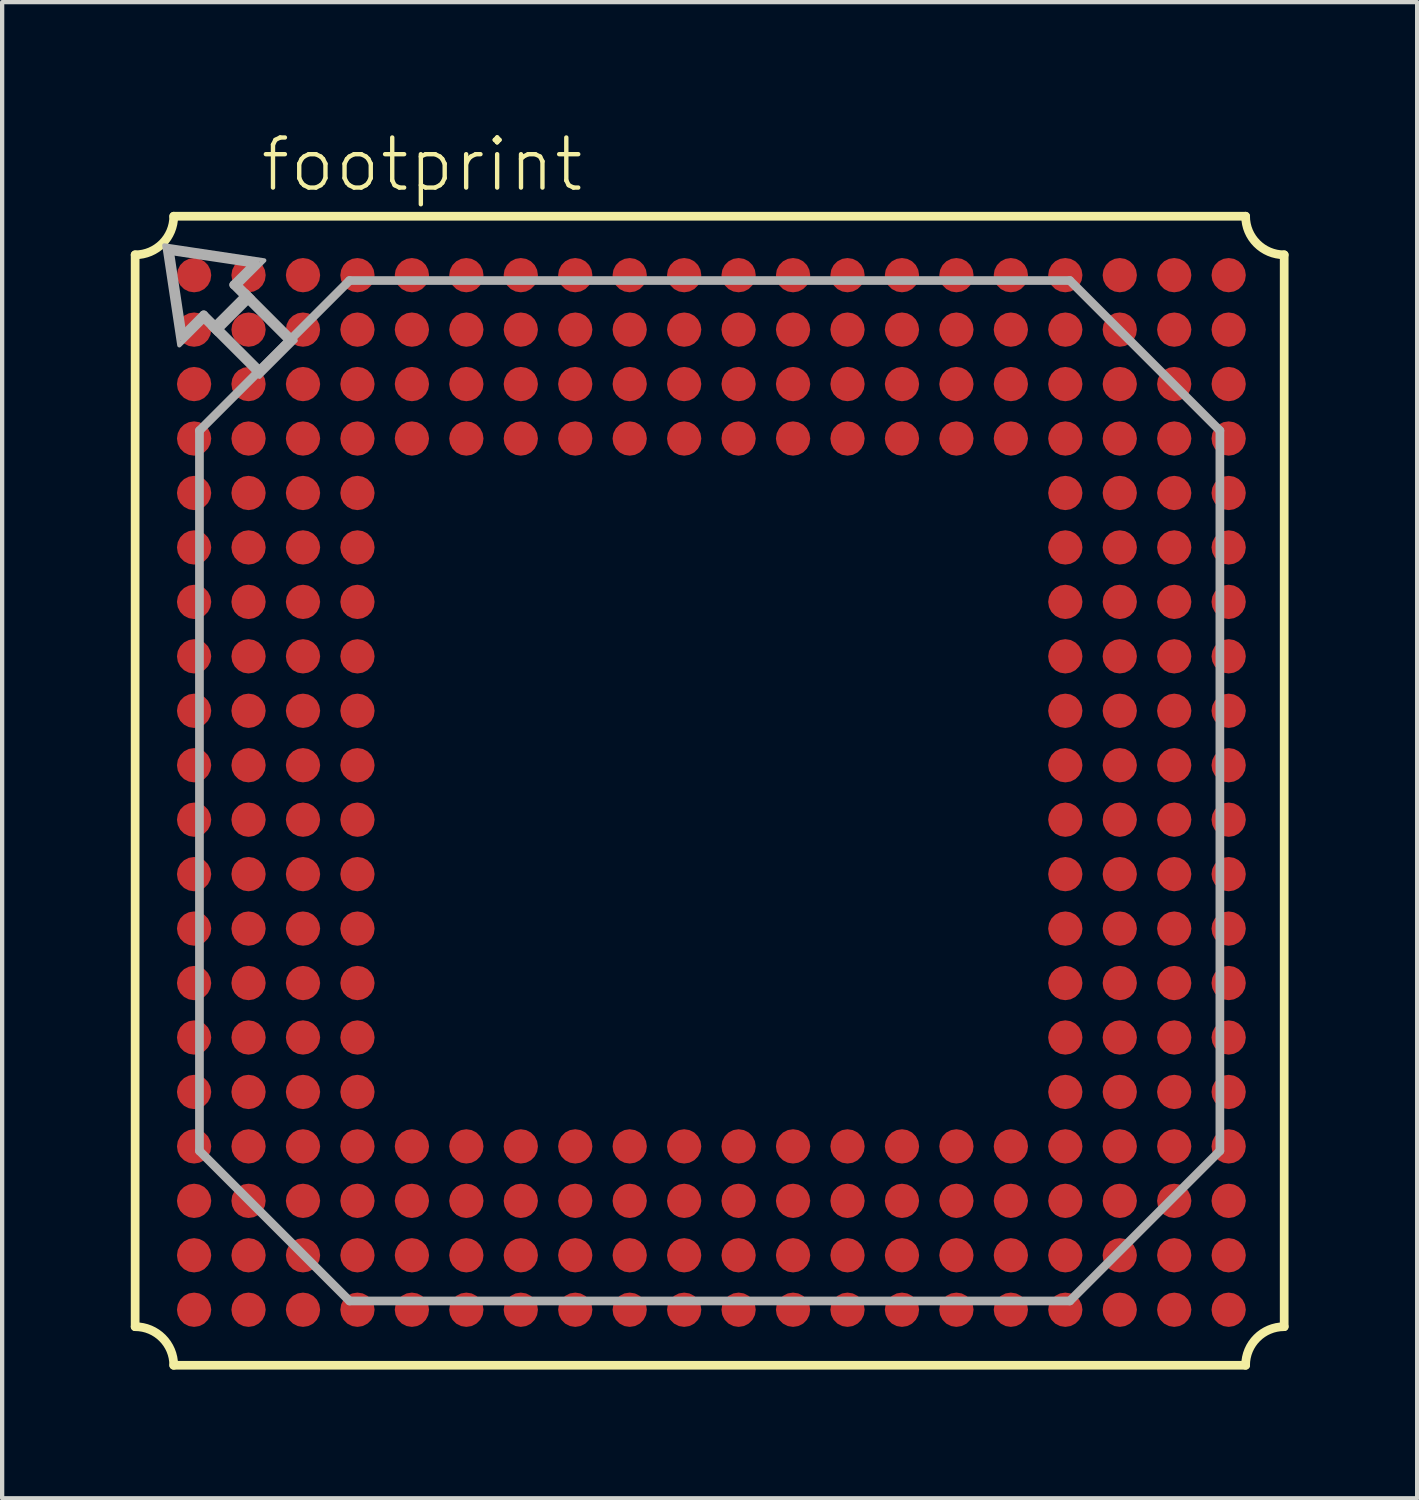
<source format=kicad_pcb>
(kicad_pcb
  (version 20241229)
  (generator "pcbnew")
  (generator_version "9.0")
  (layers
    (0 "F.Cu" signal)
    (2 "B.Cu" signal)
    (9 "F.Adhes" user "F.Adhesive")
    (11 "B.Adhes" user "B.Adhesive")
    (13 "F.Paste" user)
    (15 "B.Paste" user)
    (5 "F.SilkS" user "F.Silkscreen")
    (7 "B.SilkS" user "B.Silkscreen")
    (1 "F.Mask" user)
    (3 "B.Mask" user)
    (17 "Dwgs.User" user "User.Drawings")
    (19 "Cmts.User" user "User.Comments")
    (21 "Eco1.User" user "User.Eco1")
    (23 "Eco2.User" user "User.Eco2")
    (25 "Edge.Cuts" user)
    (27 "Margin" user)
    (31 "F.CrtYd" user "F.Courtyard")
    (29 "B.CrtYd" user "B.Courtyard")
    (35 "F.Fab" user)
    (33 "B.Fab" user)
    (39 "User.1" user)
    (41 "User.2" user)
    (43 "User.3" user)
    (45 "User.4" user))
  (footprint "footprint"
    (layer "F.Cu")
    (at 13.502 15.393)
    (property "Reference" "footprint" (at -10.53 -13.92 0) (layer "F.SilkS") (effects (font (size 1.168 1.168) (thickness 0.102)) (justify left bottom)))
    (fp_line (start -13.4 12.5) (end -13.4 -12.5) (stroke (width 0.203) (type solid)) (layer "F.SilkS"))
    (fp_line (start -12.5 -13.4) (end 12.5 -13.4) (stroke (width 0.203) (type solid)) (layer "F.SilkS"))
    (fp_line (start 12.5 13.4) (end -12.5 13.4) (stroke (width 0.203) (type solid)) (layer "F.SilkS"))
    (fp_line (start 13.4 -12.5) (end 13.4 12.5) (stroke (width 0.203) (type solid)) (layer "F.SilkS"))
    (fp_arc (start -13.4 12.5) (mid -12.763675 12.763575) (end -12.5001 13.3999) (stroke (width 0.2032) (type solid)) (layer "F.SilkS"))
    (fp_arc (start -12.5001 -13.3999) (mid -12.763675 -12.763575) (end -13.4 -12.5) (stroke (width 0.2032) (type solid)) (layer "F.SilkS"))
    (fp_arc (start 12.5 13.4) (mid 12.763575 12.763675) (end 13.3999 12.5001) (stroke (width 0.2032) (type solid)) (layer "F.SilkS"))
    (fp_arc (start 13.3999 -12.5001) (mid 12.763575 -12.763675) (end 12.5 -13.4) (stroke (width 0.2032) (type solid)) (layer "F.SilkS"))
    (fp_line (start -12.6 -12.6) (end -12.3 -10.6) (stroke (width 0.203) (type solid)) (layer "F.Fab"))
    (fp_line (start -12.3 -10.6) (end -11.8 -11.1) (stroke (width 0.203) (type solid)) (layer "F.Fab"))
    (fp_line (start -11.9 -8.4) (end -10.5 -9.8) (stroke (width 0.203) (type solid)) (layer "F.Fab"))
    (fp_line (start -11.9 8.4) (end -11.9 -8.4) (stroke (width 0.203) (type solid)) (layer "F.Fab"))
    (fp_line (start -11.8 -11.1) (end -11.5 -10.8) (stroke (width 0.203) (type solid)) (layer "F.Fab"))
    (fp_line (start -11.5 -10.8) (end -10.5 -9.8) (stroke (width 0.203) (type solid)) (layer "F.Fab"))
    (fp_line (start -11.1 -11.8) (end -10.6 -12.3) (stroke (width 0.203) (type solid)) (layer "F.Fab"))
    (fp_line (start -10.8 -11.5) (end -11.5 -10.8) (stroke (width 0.203) (type solid)) (layer "F.Fab"))
    (fp_line (start -10.8 -11.5) (end -11.1 -11.8) (stroke (width 0.203) (type solid)) (layer "F.Fab"))
    (fp_line (start -10.6 -12.3) (end -12.6 -12.6) (stroke (width 0.203) (type solid)) (layer "F.Fab"))
    (fp_line (start -10.5 -9.8) (end -9.8 -10.5) (stroke (width 0.203) (type solid)) (layer "F.Fab"))
    (fp_line (start -10.5 -9.8) (end -9.8 -10.5) (stroke (width 0.203) (type solid)) (layer "F.Fab"))
    (fp_line (start -9.8 -10.5) (end -10.8 -11.5) (stroke (width 0.203) (type solid)) (layer "F.Fab"))
    (fp_line (start -9.8 -10.5) (end -8.4 -11.9) (stroke (width 0.203) (type solid)) (layer "F.Fab"))
    (fp_line (start -8.4 -11.9) (end 8.4 -11.9) (stroke (width 0.203) (type solid)) (layer "F.Fab"))
    (fp_line (start -8.4 11.9) (end -11.9 8.4) (stroke (width 0.203) (type solid)) (layer "F.Fab"))
    (fp_line (start 8.4 -11.9) (end 11.9 -8.4) (stroke (width 0.203) (type solid)) (layer "F.Fab"))
    (fp_line (start 8.4 11.9) (end -8.4 11.9) (stroke (width 0.203) (type solid)) (layer "F.Fab"))
    (fp_line (start 11.9 -8.4) (end 11.9 8.4) (stroke (width 0.203) (type solid)) (layer "F.Fab"))
    (fp_line (start 11.9 8.4) (end 8.4 11.9) (stroke (width 0.203) (type solid)) (layer "F.Fab"))
    (fp_poly (pts (xy -9.656 -10.5) (xy -10.5 -9.656) (xy -11.644 -10.8) (xy -10.8 -11.644)) (stroke (width 0.1) (type solid)) (fill no) (layer "F.Fab"))
    (fp_poly (pts (xy -10.389 -12.369) (xy -10.959 -11.8) (xy -10.659 -11.5) (xy -11.5 -10.659) (xy -11.8 -10.959) (xy -12.369 -10.389) (xy -12.719 -12.719)) (stroke (width 0.1) (type solid)) (fill no) (layer "F.Fab"))
    (pad "A1" smd roundrect (at -12.025 -12.025) (size 0.8 0.8) (layers "F.Cu" "F.Mask" "F.Paste") (roundrect_rratio 0.5))
    (pad "A2" smd roundrect (at -10.755 -12.025) (size 0.8 0.8) (layers "F.Cu" "F.Mask" "F.Paste") (roundrect_rratio 0.5))
    (pad "A3" smd roundrect (at -9.485 -12.025) (size 0.8 0.8) (layers "F.Cu" "F.Mask" "F.Paste") (roundrect_rratio 0.5))
    (pad "A4" smd roundrect (at -8.215 -12.025) (size 0.8 0.8) (layers "F.Cu" "F.Mask" "F.Paste") (roundrect_rratio 0.5))
    (pad "A5" smd roundrect (at -6.945 -12.025) (size 0.8 0.8) (layers "F.Cu" "F.Mask" "F.Paste") (roundrect_rratio 0.5))
    (pad "A6" smd roundrect (at -5.675 -12.025) (size 0.8 0.8) (layers "F.Cu" "F.Mask" "F.Paste") (roundrect_rratio 0.5))
    (pad "A7" smd roundrect (at -4.405 -12.025) (size 0.8 0.8) (layers "F.Cu" "F.Mask" "F.Paste") (roundrect_rratio 0.5))
    (pad "A8" smd roundrect (at -3.135 -12.025) (size 0.8 0.8) (layers "F.Cu" "F.Mask" "F.Paste") (roundrect_rratio 0.5))
    (pad "A9" smd roundrect (at -1.865 -12.025) (size 0.8 0.8) (layers "F.Cu" "F.Mask" "F.Paste") (roundrect_rratio 0.5))
    (pad "A10" smd roundrect (at -0.595 -12.025) (size 0.8 0.8) (layers "F.Cu" "F.Mask" "F.Paste") (roundrect_rratio 0.5))
    (pad "A11" smd roundrect (at 0.675 -12.025) (size 0.8 0.8) (layers "F.Cu" "F.Mask" "F.Paste") (roundrect_rratio 0.5))
    (pad "A12" smd roundrect (at 1.945 -12.025) (size 0.8 0.8) (layers "F.Cu" "F.Mask" "F.Paste") (roundrect_rratio 0.5))
    (pad "A13" smd roundrect (at 3.215 -12.025) (size 0.8 0.8) (layers "F.Cu" "F.Mask" "F.Paste") (roundrect_rratio 0.5))
    (pad "A14" smd roundrect (at 4.485 -12.025) (size 0.8 0.8) (layers "F.Cu" "F.Mask" "F.Paste") (roundrect_rratio 0.5))
    (pad "A15" smd roundrect (at 5.755 -12.025) (size 0.8 0.8) (layers "F.Cu" "F.Mask" "F.Paste") (roundrect_rratio 0.5))
    (pad "A16" smd roundrect (at 7.025 -12.025) (size 0.8 0.8) (layers "F.Cu" "F.Mask" "F.Paste") (roundrect_rratio 0.5))
    (pad "A17" smd roundrect (at 8.295 -12.025) (size 0.8 0.8) (layers "F.Cu" "F.Mask" "F.Paste") (roundrect_rratio 0.5))
    (pad "A18" smd roundrect (at 9.565 -12.025) (size 0.8 0.8) (layers "F.Cu" "F.Mask" "F.Paste") (roundrect_rratio 0.5))
    (pad "A19" smd roundrect (at 10.835 -12.025) (size 0.8 0.8) (layers "F.Cu" "F.Mask" "F.Paste") (roundrect_rratio 0.5))
    (pad "A20" smd roundrect (at 12.105 -12.025) (size 0.8 0.8) (layers "F.Cu" "F.Mask" "F.Paste") (roundrect_rratio 0.5))
    (pad "B1" smd roundrect (at -12.025 -10.755) (size 0.8 0.8) (layers "F.Cu" "F.Mask" "F.Paste") (roundrect_rratio 0.5))
    (pad "B2" smd roundrect (at -10.755 -10.755) (size 0.8 0.8) (layers "F.Cu" "F.Mask" "F.Paste") (roundrect_rratio 0.5))
    (pad "B3" smd roundrect (at -9.485 -10.755) (size 0.8 0.8) (layers "F.Cu" "F.Mask" "F.Paste") (roundrect_rratio 0.5))
    (pad "B4" smd roundrect (at -8.215 -10.755) (size 0.8 0.8) (layers "F.Cu" "F.Mask" "F.Paste") (roundrect_rratio 0.5))
    (pad "B5" smd roundrect (at -6.945 -10.755) (size 0.8 0.8) (layers "F.Cu" "F.Mask" "F.Paste") (roundrect_rratio 0.5))
    (pad "B6" smd roundrect (at -5.675 -10.755) (size 0.8 0.8) (layers "F.Cu" "F.Mask" "F.Paste") (roundrect_rratio 0.5))
    (pad "B7" smd roundrect (at -4.405 -10.755) (size 0.8 0.8) (layers "F.Cu" "F.Mask" "F.Paste") (roundrect_rratio 0.5))
    (pad "B8" smd roundrect (at -3.135 -10.755) (size 0.8 0.8) (layers "F.Cu" "F.Mask" "F.Paste") (roundrect_rratio 0.5))
    (pad "B9" smd roundrect (at -1.865 -10.755) (size 0.8 0.8) (layers "F.Cu" "F.Mask" "F.Paste") (roundrect_rratio 0.5))
    (pad "B10" smd roundrect (at -0.595 -10.755) (size 0.8 0.8) (layers "F.Cu" "F.Mask" "F.Paste") (roundrect_rratio 0.5))
    (pad "B11" smd roundrect (at 0.675 -10.755) (size 0.8 0.8) (layers "F.Cu" "F.Mask" "F.Paste") (roundrect_rratio 0.5))
    (pad "B12" smd roundrect (at 1.945 -10.755) (size 0.8 0.8) (layers "F.Cu" "F.Mask" "F.Paste") (roundrect_rratio 0.5))
    (pad "B13" smd roundrect (at 3.215 -10.755) (size 0.8 0.8) (layers "F.Cu" "F.Mask" "F.Paste") (roundrect_rratio 0.5))
    (pad "B14" smd roundrect (at 4.485 -10.755) (size 0.8 0.8) (layers "F.Cu" "F.Mask" "F.Paste") (roundrect_rratio 0.5))
    (pad "B15" smd roundrect (at 5.755 -10.755) (size 0.8 0.8) (layers "F.Cu" "F.Mask" "F.Paste") (roundrect_rratio 0.5))
    (pad "B16" smd roundrect (at 7.025 -10.755) (size 0.8 0.8) (layers "F.Cu" "F.Mask" "F.Paste") (roundrect_rratio 0.5))
    (pad "B17" smd roundrect (at 8.295 -10.755) (size 0.8 0.8) (layers "F.Cu" "F.Mask" "F.Paste") (roundrect_rratio 0.5))
    (pad "B18" smd roundrect (at 9.565 -10.755) (size 0.8 0.8) (layers "F.Cu" "F.Mask" "F.Paste") (roundrect_rratio 0.5))
    (pad "B19" smd roundrect (at 10.835 -10.755) (size 0.8 0.8) (layers "F.Cu" "F.Mask" "F.Paste") (roundrect_rratio 0.5))
    (pad "B20" smd roundrect (at 12.105 -10.755) (size 0.8 0.8) (layers "F.Cu" "F.Mask" "F.Paste") (roundrect_rratio 0.5))
    (pad "C1" smd roundrect (at -12.025 -9.485) (size 0.8 0.8) (layers "F.Cu" "F.Mask" "F.Paste") (roundrect_rratio 0.5))
    (pad "C2" smd roundrect (at -10.755 -9.485) (size 0.8 0.8) (layers "F.Cu" "F.Mask" "F.Paste") (roundrect_rratio 0.5))
    (pad "C3" smd roundrect (at -9.485 -9.485) (size 0.8 0.8) (layers "F.Cu" "F.Mask" "F.Paste") (roundrect_rratio 0.5))
    (pad "C4" smd roundrect (at -8.215 -9.485) (size 0.8 0.8) (layers "F.Cu" "F.Mask" "F.Paste") (roundrect_rratio 0.5))
    (pad "C5" smd roundrect (at -6.945 -9.485) (size 0.8 0.8) (layers "F.Cu" "F.Mask" "F.Paste") (roundrect_rratio 0.5))
    (pad "C6" smd roundrect (at -5.675 -9.485) (size 0.8 0.8) (layers "F.Cu" "F.Mask" "F.Paste") (roundrect_rratio 0.5))
    (pad "C7" smd roundrect (at -4.405 -9.485) (size 0.8 0.8) (layers "F.Cu" "F.Mask" "F.Paste") (roundrect_rratio 0.5))
    (pad "C8" smd roundrect (at -3.135 -9.485) (size 0.8 0.8) (layers "F.Cu" "F.Mask" "F.Paste") (roundrect_rratio 0.5))
    (pad "C9" smd roundrect (at -1.865 -9.485) (size 0.8 0.8) (layers "F.Cu" "F.Mask" "F.Paste") (roundrect_rratio 0.5))
    (pad "C10" smd roundrect (at -0.595 -9.485) (size 0.8 0.8) (layers "F.Cu" "F.Mask" "F.Paste") (roundrect_rratio 0.5))
    (pad "C11" smd roundrect (at 0.675 -9.485) (size 0.8 0.8) (layers "F.Cu" "F.Mask" "F.Paste") (roundrect_rratio 0.5))
    (pad "C12" smd roundrect (at 1.945 -9.485) (size 0.8 0.8) (layers "F.Cu" "F.Mask" "F.Paste") (roundrect_rratio 0.5))
    (pad "C13" smd roundrect (at 3.215 -9.485) (size 0.8 0.8) (layers "F.Cu" "F.Mask" "F.Paste") (roundrect_rratio 0.5))
    (pad "C14" smd roundrect (at 4.485 -9.485) (size 0.8 0.8) (layers "F.Cu" "F.Mask" "F.Paste") (roundrect_rratio 0.5))
    (pad "C15" smd roundrect (at 5.755 -9.485) (size 0.8 0.8) (layers "F.Cu" "F.Mask" "F.Paste") (roundrect_rratio 0.5))
    (pad "C16" smd roundrect (at 7.025 -9.485) (size 0.8 0.8) (layers "F.Cu" "F.Mask" "F.Paste") (roundrect_rratio 0.5))
    (pad "C17" smd roundrect (at 8.295 -9.485) (size 0.8 0.8) (layers "F.Cu" "F.Mask" "F.Paste") (roundrect_rratio 0.5))
    (pad "C18" smd roundrect (at 9.565 -9.485) (size 0.8 0.8) (layers "F.Cu" "F.Mask" "F.Paste") (roundrect_rratio 0.5))
    (pad "C19" smd roundrect (at 10.835 -9.485) (size 0.8 0.8) (layers "F.Cu" "F.Mask" "F.Paste") (roundrect_rratio 0.5))
    (pad "C20" smd roundrect (at 12.105 -9.485) (size 0.8 0.8) (layers "F.Cu" "F.Mask" "F.Paste") (roundrect_rratio 0.5))
    (pad "D1" smd roundrect (at -12.025 -8.215) (size 0.8 0.8) (layers "F.Cu" "F.Mask" "F.Paste") (roundrect_rratio 0.5))
    (pad "D2" smd roundrect (at -10.755 -8.215) (size 0.8 0.8) (layers "F.Cu" "F.Mask" "F.Paste") (roundrect_rratio 0.5))
    (pad "D3" smd roundrect (at -9.485 -8.215) (size 0.8 0.8) (layers "F.Cu" "F.Mask" "F.Paste") (roundrect_rratio 0.5))
    (pad "D4" smd roundrect (at -8.215 -8.215) (size 0.8 0.8) (layers "F.Cu" "F.Mask" "F.Paste") (roundrect_rratio 0.5))
    (pad "D5" smd roundrect (at -6.945 -8.215) (size 0.8 0.8) (layers "F.Cu" "F.Mask" "F.Paste") (roundrect_rratio 0.5))
    (pad "D6" smd roundrect (at -5.675 -8.215) (size 0.8 0.8) (layers "F.Cu" "F.Mask" "F.Paste") (roundrect_rratio 0.5))
    (pad "D7" smd roundrect (at -4.405 -8.215) (size 0.8 0.8) (layers "F.Cu" "F.Mask" "F.Paste") (roundrect_rratio 0.5))
    (pad "D8" smd roundrect (at -3.135 -8.215) (size 0.8 0.8) (layers "F.Cu" "F.Mask" "F.Paste") (roundrect_rratio 0.5))
    (pad "D9" smd roundrect (at -1.865 -8.215) (size 0.8 0.8) (layers "F.Cu" "F.Mask" "F.Paste") (roundrect_rratio 0.5))
    (pad "D10" smd roundrect (at -0.595 -8.215) (size 0.8 0.8) (layers "F.Cu" "F.Mask" "F.Paste") (roundrect_rratio 0.5))
    (pad "D11" smd roundrect (at 0.675 -8.215) (size 0.8 0.8) (layers "F.Cu" "F.Mask" "F.Paste") (roundrect_rratio 0.5))
    (pad "D12" smd roundrect (at 1.945 -8.215) (size 0.8 0.8) (layers "F.Cu" "F.Mask" "F.Paste") (roundrect_rratio 0.5))
    (pad "D13" smd roundrect (at 3.215 -8.215) (size 0.8 0.8) (layers "F.Cu" "F.Mask" "F.Paste") (roundrect_rratio 0.5))
    (pad "D14" smd roundrect (at 4.485 -8.215) (size 0.8 0.8) (layers "F.Cu" "F.Mask" "F.Paste") (roundrect_rratio 0.5))
    (pad "D15" smd roundrect (at 5.755 -8.215) (size 0.8 0.8) (layers "F.Cu" "F.Mask" "F.Paste") (roundrect_rratio 0.5))
    (pad "D16" smd roundrect (at 7.025 -8.215) (size 0.8 0.8) (layers "F.Cu" "F.Mask" "F.Paste") (roundrect_rratio 0.5))
    (pad "D17" smd roundrect (at 8.295 -8.215) (size 0.8 0.8) (layers "F.Cu" "F.Mask" "F.Paste") (roundrect_rratio 0.5))
    (pad "D18" smd roundrect (at 9.565 -8.215) (size 0.8 0.8) (layers "F.Cu" "F.Mask" "F.Paste") (roundrect_rratio 0.5))
    (pad "D19" smd roundrect (at 10.835 -8.215) (size 0.8 0.8) (layers "F.Cu" "F.Mask" "F.Paste") (roundrect_rratio 0.5))
    (pad "D20" smd roundrect (at 12.105 -8.215) (size 0.8 0.8) (layers "F.Cu" "F.Mask" "F.Paste") (roundrect_rratio 0.5))
    (pad "E1" smd roundrect (at -12.025 -6.945) (size 0.8 0.8) (layers "F.Cu" "F.Mask" "F.Paste") (roundrect_rratio 0.5))
    (pad "E2" smd roundrect (at -10.755 -6.945) (size 0.8 0.8) (layers "F.Cu" "F.Mask" "F.Paste") (roundrect_rratio 0.5))
    (pad "E3" smd roundrect (at -9.485 -6.945) (size 0.8 0.8) (layers "F.Cu" "F.Mask" "F.Paste") (roundrect_rratio 0.5))
    (pad "E4" smd roundrect (at -8.215 -6.945) (size 0.8 0.8) (layers "F.Cu" "F.Mask" "F.Paste") (roundrect_rratio 0.5))
    (pad "E17" smd roundrect (at 8.295 -6.945) (size 0.8 0.8) (layers "F.Cu" "F.Mask" "F.Paste") (roundrect_rratio 0.5))
    (pad "E18" smd roundrect (at 9.565 -6.945) (size 0.8 0.8) (layers "F.Cu" "F.Mask" "F.Paste") (roundrect_rratio 0.5))
    (pad "E19" smd roundrect (at 10.835 -6.945) (size 0.8 0.8) (layers "F.Cu" "F.Mask" "F.Paste") (roundrect_rratio 0.5))
    (pad "E20" smd roundrect (at 12.105 -6.945) (size 0.8 0.8) (layers "F.Cu" "F.Mask" "F.Paste") (roundrect_rratio 0.5))
    (pad "F1" smd roundrect (at -12.025 -5.675) (size 0.8 0.8) (layers "F.Cu" "F.Mask" "F.Paste") (roundrect_rratio 0.5))
    (pad "F2" smd roundrect (at -10.755 -5.675) (size 0.8 0.8) (layers "F.Cu" "F.Mask" "F.Paste") (roundrect_rratio 0.5))
    (pad "F3" smd roundrect (at -9.485 -5.675) (size 0.8 0.8) (layers "F.Cu" "F.Mask" "F.Paste") (roundrect_rratio 0.5))
    (pad "F4" smd roundrect (at -8.215 -5.675) (size 0.8 0.8) (layers "F.Cu" "F.Mask" "F.Paste") (roundrect_rratio 0.5))
    (pad "F17" smd roundrect (at 8.295 -5.675) (size 0.8 0.8) (layers "F.Cu" "F.Mask" "F.Paste") (roundrect_rratio 0.5))
    (pad "F18" smd roundrect (at 9.565 -5.675) (size 0.8 0.8) (layers "F.Cu" "F.Mask" "F.Paste") (roundrect_rratio 0.5))
    (pad "F19" smd roundrect (at 10.835 -5.675) (size 0.8 0.8) (layers "F.Cu" "F.Mask" "F.Paste") (roundrect_rratio 0.5))
    (pad "F20" smd roundrect (at 12.105 -5.675) (size 0.8 0.8) (layers "F.Cu" "F.Mask" "F.Paste") (roundrect_rratio 0.5))
    (pad "G1" smd roundrect (at -12.025 -4.405) (size 0.8 0.8) (layers "F.Cu" "F.Mask" "F.Paste") (roundrect_rratio 0.5))
    (pad "G2" smd roundrect (at -10.755 -4.405) (size 0.8 0.8) (layers "F.Cu" "F.Mask" "F.Paste") (roundrect_rratio 0.5))
    (pad "G3" smd roundrect (at -9.485 -4.405) (size 0.8 0.8) (layers "F.Cu" "F.Mask" "F.Paste") (roundrect_rratio 0.5))
    (pad "G4" smd roundrect (at -8.215 -4.405) (size 0.8 0.8) (layers "F.Cu" "F.Mask" "F.Paste") (roundrect_rratio 0.5))
    (pad "G17" smd roundrect (at 8.295 -4.405) (size 0.8 0.8) (layers "F.Cu" "F.Mask" "F.Paste") (roundrect_rratio 0.5))
    (pad "G18" smd roundrect (at 9.565 -4.405) (size 0.8 0.8) (layers "F.Cu" "F.Mask" "F.Paste") (roundrect_rratio 0.5))
    (pad "G19" smd roundrect (at 10.835 -4.405) (size 0.8 0.8) (layers "F.Cu" "F.Mask" "F.Paste") (roundrect_rratio 0.5))
    (pad "G20" smd roundrect (at 12.105 -4.405) (size 0.8 0.8) (layers "F.Cu" "F.Mask" "F.Paste") (roundrect_rratio 0.5))
    (pad "H1" smd roundrect (at -12.025 -3.135) (size 0.8 0.8) (layers "F.Cu" "F.Mask" "F.Paste") (roundrect_rratio 0.5))
    (pad "H2" smd roundrect (at -10.755 -3.135) (size 0.8 0.8) (layers "F.Cu" "F.Mask" "F.Paste") (roundrect_rratio 0.5))
    (pad "H3" smd roundrect (at -9.485 -3.135) (size 0.8 0.8) (layers "F.Cu" "F.Mask" "F.Paste") (roundrect_rratio 0.5))
    (pad "H4" smd roundrect (at -8.215 -3.135) (size 0.8 0.8) (layers "F.Cu" "F.Mask" "F.Paste") (roundrect_rratio 0.5))
    (pad "H17" smd roundrect (at 8.295 -3.135) (size 0.8 0.8) (layers "F.Cu" "F.Mask" "F.Paste") (roundrect_rratio 0.5))
    (pad "H18" smd roundrect (at 9.565 -3.135) (size 0.8 0.8) (layers "F.Cu" "F.Mask" "F.Paste") (roundrect_rratio 0.5))
    (pad "H19" smd roundrect (at 10.835 -3.135) (size 0.8 0.8) (layers "F.Cu" "F.Mask" "F.Paste") (roundrect_rratio 0.5))
    (pad "H20" smd roundrect (at 12.105 -3.135) (size 0.8 0.8) (layers "F.Cu" "F.Mask" "F.Paste") (roundrect_rratio 0.5))
    (pad "J1" smd roundrect (at -12.025 -1.865) (size 0.8 0.8) (layers "F.Cu" "F.Mask" "F.Paste") (roundrect_rratio 0.5))
    (pad "J2" smd roundrect (at -10.755 -1.865) (size 0.8 0.8) (layers "F.Cu" "F.Mask" "F.Paste") (roundrect_rratio 0.5))
    (pad "J3" smd roundrect (at -9.485 -1.865) (size 0.8 0.8) (layers "F.Cu" "F.Mask" "F.Paste") (roundrect_rratio 0.5))
    (pad "J4" smd roundrect (at -8.215 -1.865) (size 0.8 0.8) (layers "F.Cu" "F.Mask" "F.Paste") (roundrect_rratio 0.5))
    (pad "J17" smd roundrect (at 8.295 -1.865) (size 0.8 0.8) (layers "F.Cu" "F.Mask" "F.Paste") (roundrect_rratio 0.5))
    (pad "J18" smd roundrect (at 9.565 -1.865) (size 0.8 0.8) (layers "F.Cu" "F.Mask" "F.Paste") (roundrect_rratio 0.5))
    (pad "J19" smd roundrect (at 10.835 -1.865) (size 0.8 0.8) (layers "F.Cu" "F.Mask" "F.Paste") (roundrect_rratio 0.5))
    (pad "J20" smd roundrect (at 12.105 -1.865) (size 0.8 0.8) (layers "F.Cu" "F.Mask" "F.Paste") (roundrect_rratio 0.5))
    (pad "K1" smd roundrect (at -12.025 -0.595) (size 0.8 0.8) (layers "F.Cu" "F.Mask" "F.Paste") (roundrect_rratio 0.5))
    (pad "K2" smd roundrect (at -10.755 -0.595) (size 0.8 0.8) (layers "F.Cu" "F.Mask" "F.Paste") (roundrect_rratio 0.5))
    (pad "K3" smd roundrect (at -9.485 -0.595) (size 0.8 0.8) (layers "F.Cu" "F.Mask" "F.Paste") (roundrect_rratio 0.5))
    (pad "K4" smd roundrect (at -8.215 -0.595) (size 0.8 0.8) (layers "F.Cu" "F.Mask" "F.Paste") (roundrect_rratio 0.5))
    (pad "K17" smd roundrect (at 8.295 -0.595) (size 0.8 0.8) (layers "F.Cu" "F.Mask" "F.Paste") (roundrect_rratio 0.5))
    (pad "K18" smd roundrect (at 9.565 -0.595) (size 0.8 0.8) (layers "F.Cu" "F.Mask" "F.Paste") (roundrect_rratio 0.5))
    (pad "K19" smd roundrect (at 10.835 -0.595) (size 0.8 0.8) (layers "F.Cu" "F.Mask" "F.Paste") (roundrect_rratio 0.5))
    (pad "K20" smd roundrect (at 12.105 -0.595) (size 0.8 0.8) (layers "F.Cu" "F.Mask" "F.Paste") (roundrect_rratio 0.5))
    (pad "L1" smd roundrect (at -12.025 0.675) (size 0.8 0.8) (layers "F.Cu" "F.Mask" "F.Paste") (roundrect_rratio 0.5))
    (pad "L2" smd roundrect (at -10.755 0.675) (size 0.8 0.8) (layers "F.Cu" "F.Mask" "F.Paste") (roundrect_rratio 0.5))
    (pad "L3" smd roundrect (at -9.485 0.675) (size 0.8 0.8) (layers "F.Cu" "F.Mask" "F.Paste") (roundrect_rratio 0.5))
    (pad "L4" smd roundrect (at -8.215 0.675) (size 0.8 0.8) (layers "F.Cu" "F.Mask" "F.Paste") (roundrect_rratio 0.5))
    (pad "L17" smd roundrect (at 8.295 0.675) (size 0.8 0.8) (layers "F.Cu" "F.Mask" "F.Paste") (roundrect_rratio 0.5))
    (pad "L18" smd roundrect (at 9.565 0.675) (size 0.8 0.8) (layers "F.Cu" "F.Mask" "F.Paste") (roundrect_rratio 0.5))
    (pad "L19" smd roundrect (at 10.835 0.675) (size 0.8 0.8) (layers "F.Cu" "F.Mask" "F.Paste") (roundrect_rratio 0.5))
    (pad "L20" smd roundrect (at 12.105 0.675) (size 0.8 0.8) (layers "F.Cu" "F.Mask" "F.Paste") (roundrect_rratio 0.5))
    (pad "M1" smd roundrect (at -12.025 1.945) (size 0.8 0.8) (layers "F.Cu" "F.Mask" "F.Paste") (roundrect_rratio 0.5))
    (pad "M2" smd roundrect (at -10.755 1.945) (size 0.8 0.8) (layers "F.Cu" "F.Mask" "F.Paste") (roundrect_rratio 0.5))
    (pad "M3" smd roundrect (at -9.485 1.945) (size 0.8 0.8) (layers "F.Cu" "F.Mask" "F.Paste") (roundrect_rratio 0.5))
    (pad "M4" smd roundrect (at -8.215 1.945) (size 0.8 0.8) (layers "F.Cu" "F.Mask" "F.Paste") (roundrect_rratio 0.5))
    (pad "M17" smd roundrect (at 8.295 1.945) (size 0.8 0.8) (layers "F.Cu" "F.Mask" "F.Paste") (roundrect_rratio 0.5))
    (pad "M18" smd roundrect (at 9.565 1.945) (size 0.8 0.8) (layers "F.Cu" "F.Mask" "F.Paste") (roundrect_rratio 0.5))
    (pad "M19" smd roundrect (at 10.835 1.945) (size 0.8 0.8) (layers "F.Cu" "F.Mask" "F.Paste") (roundrect_rratio 0.5))
    (pad "M20" smd roundrect (at 12.105 1.945) (size 0.8 0.8) (layers "F.Cu" "F.Mask" "F.Paste") (roundrect_rratio 0.5))
    (pad "N1" smd roundrect (at -12.025 3.215) (size 0.8 0.8) (layers "F.Cu" "F.Mask" "F.Paste") (roundrect_rratio 0.5))
    (pad "N2" smd roundrect (at -10.755 3.215) (size 0.8 0.8) (layers "F.Cu" "F.Mask" "F.Paste") (roundrect_rratio 0.5))
    (pad "N3" smd roundrect (at -9.485 3.215) (size 0.8 0.8) (layers "F.Cu" "F.Mask" "F.Paste") (roundrect_rratio 0.5))
    (pad "N4" smd roundrect (at -8.215 3.215) (size 0.8 0.8) (layers "F.Cu" "F.Mask" "F.Paste") (roundrect_rratio 0.5))
    (pad "N17" smd roundrect (at 8.295 3.215) (size 0.8 0.8) (layers "F.Cu" "F.Mask" "F.Paste") (roundrect_rratio 0.5))
    (pad "N18" smd roundrect (at 9.565 3.215) (size 0.8 0.8) (layers "F.Cu" "F.Mask" "F.Paste") (roundrect_rratio 0.5))
    (pad "N19" smd roundrect (at 10.835 3.215) (size 0.8 0.8) (layers "F.Cu" "F.Mask" "F.Paste") (roundrect_rratio 0.5))
    (pad "N20" smd roundrect (at 12.105 3.215) (size 0.8 0.8) (layers "F.Cu" "F.Mask" "F.Paste") (roundrect_rratio 0.5))
    (pad "P1" smd roundrect (at -12.025 4.485) (size 0.8 0.8) (layers "F.Cu" "F.Mask" "F.Paste") (roundrect_rratio 0.5))
    (pad "P2" smd roundrect (at -10.755 4.485) (size 0.8 0.8) (layers "F.Cu" "F.Mask" "F.Paste") (roundrect_rratio 0.5))
    (pad "P3" smd roundrect (at -9.485 4.485) (size 0.8 0.8) (layers "F.Cu" "F.Mask" "F.Paste") (roundrect_rratio 0.5))
    (pad "P4" smd roundrect (at -8.215 4.485) (size 0.8 0.8) (layers "F.Cu" "F.Mask" "F.Paste") (roundrect_rratio 0.5))
    (pad "P17" smd roundrect (at 8.295 4.485) (size 0.8 0.8) (layers "F.Cu" "F.Mask" "F.Paste") (roundrect_rratio 0.5))
    (pad "P18" smd roundrect (at 9.565 4.485) (size 0.8 0.8) (layers "F.Cu" "F.Mask" "F.Paste") (roundrect_rratio 0.5))
    (pad "P19" smd roundrect (at 10.835 4.485) (size 0.8 0.8) (layers "F.Cu" "F.Mask" "F.Paste") (roundrect_rratio 0.5))
    (pad "P20" smd roundrect (at 12.105 4.485) (size 0.8 0.8) (layers "F.Cu" "F.Mask" "F.Paste") (roundrect_rratio 0.5))
    (pad "R1" smd roundrect (at -12.025 5.755) (size 0.8 0.8) (layers "F.Cu" "F.Mask" "F.Paste") (roundrect_rratio 0.5))
    (pad "R2" smd roundrect (at -10.755 5.755) (size 0.8 0.8) (layers "F.Cu" "F.Mask" "F.Paste") (roundrect_rratio 0.5))
    (pad "R3" smd roundrect (at -9.485 5.755) (size 0.8 0.8) (layers "F.Cu" "F.Mask" "F.Paste") (roundrect_rratio 0.5))
    (pad "R4" smd roundrect (at -8.215 5.755) (size 0.8 0.8) (layers "F.Cu" "F.Mask" "F.Paste") (roundrect_rratio 0.5))
    (pad "R17" smd roundrect (at 8.295 5.755) (size 0.8 0.8) (layers "F.Cu" "F.Mask" "F.Paste") (roundrect_rratio 0.5))
    (pad "R18" smd roundrect (at 9.565 5.755) (size 0.8 0.8) (layers "F.Cu" "F.Mask" "F.Paste") (roundrect_rratio 0.5))
    (pad "R19" smd roundrect (at 10.835 5.755) (size 0.8 0.8) (layers "F.Cu" "F.Mask" "F.Paste") (roundrect_rratio 0.5))
    (pad "R20" smd roundrect (at 12.105 5.755) (size 0.8 0.8) (layers "F.Cu" "F.Mask" "F.Paste") (roundrect_rratio 0.5))
    (pad "T1" smd roundrect (at -12.025 7.025) (size 0.8 0.8) (layers "F.Cu" "F.Mask" "F.Paste") (roundrect_rratio 0.5))
    (pad "T2" smd roundrect (at -10.755 7.025) (size 0.8 0.8) (layers "F.Cu" "F.Mask" "F.Paste") (roundrect_rratio 0.5))
    (pad "T3" smd roundrect (at -9.485 7.025) (size 0.8 0.8) (layers "F.Cu" "F.Mask" "F.Paste") (roundrect_rratio 0.5))
    (pad "T4" smd roundrect (at -8.215 7.025) (size 0.8 0.8) (layers "F.Cu" "F.Mask" "F.Paste") (roundrect_rratio 0.5))
    (pad "T17" smd roundrect (at 8.295 7.025) (size 0.8 0.8) (layers "F.Cu" "F.Mask" "F.Paste") (roundrect_rratio 0.5))
    (pad "T18" smd roundrect (at 9.565 7.025) (size 0.8 0.8) (layers "F.Cu" "F.Mask" "F.Paste") (roundrect_rratio 0.5))
    (pad "T19" smd roundrect (at 10.835 7.025) (size 0.8 0.8) (layers "F.Cu" "F.Mask" "F.Paste") (roundrect_rratio 0.5))
    (pad "T20" smd roundrect (at 12.105 7.025) (size 0.8 0.8) (layers "F.Cu" "F.Mask" "F.Paste") (roundrect_rratio 0.5))
    (pad "U1" smd roundrect (at -12.025 8.295) (size 0.8 0.8) (layers "F.Cu" "F.Mask" "F.Paste") (roundrect_rratio 0.5))
    (pad "U2" smd roundrect (at -10.755 8.295) (size 0.8 0.8) (layers "F.Cu" "F.Mask" "F.Paste") (roundrect_rratio 0.5))
    (pad "U3" smd roundrect (at -9.485 8.295) (size 0.8 0.8) (layers "F.Cu" "F.Mask" "F.Paste") (roundrect_rratio 0.5))
    (pad "U4" smd roundrect (at -8.215 8.295) (size 0.8 0.8) (layers "F.Cu" "F.Mask" "F.Paste") (roundrect_rratio 0.5))
    (pad "U5" smd roundrect (at -6.945 8.295) (size 0.8 0.8) (layers "F.Cu" "F.Mask" "F.Paste") (roundrect_rratio 0.5))
    (pad "U6" smd roundrect (at -5.675 8.295) (size 0.8 0.8) (layers "F.Cu" "F.Mask" "F.Paste") (roundrect_rratio 0.5))
    (pad "U7" smd roundrect (at -4.405 8.295) (size 0.8 0.8) (layers "F.Cu" "F.Mask" "F.Paste") (roundrect_rratio 0.5))
    (pad "U8" smd roundrect (at -3.135 8.295) (size 0.8 0.8) (layers "F.Cu" "F.Mask" "F.Paste") (roundrect_rratio 0.5))
    (pad "U9" smd roundrect (at -1.865 8.295) (size 0.8 0.8) (layers "F.Cu" "F.Mask" "F.Paste") (roundrect_rratio 0.5))
    (pad "U10" smd roundrect (at -0.595 8.295) (size 0.8 0.8) (layers "F.Cu" "F.Mask" "F.Paste") (roundrect_rratio 0.5))
    (pad "U11" smd roundrect (at 0.675 8.295) (size 0.8 0.8) (layers "F.Cu" "F.Mask" "F.Paste") (roundrect_rratio 0.5))
    (pad "U12" smd roundrect (at 1.945 8.295) (size 0.8 0.8) (layers "F.Cu" "F.Mask" "F.Paste") (roundrect_rratio 0.5))
    (pad "U13" smd roundrect (at 3.215 8.295) (size 0.8 0.8) (layers "F.Cu" "F.Mask" "F.Paste") (roundrect_rratio 0.5))
    (pad "U14" smd roundrect (at 4.485 8.295) (size 0.8 0.8) (layers "F.Cu" "F.Mask" "F.Paste") (roundrect_rratio 0.5))
    (pad "U15" smd roundrect (at 5.755 8.295) (size 0.8 0.8) (layers "F.Cu" "F.Mask" "F.Paste") (roundrect_rratio 0.5))
    (pad "U16" smd roundrect (at 7.025 8.295) (size 0.8 0.8) (layers "F.Cu" "F.Mask" "F.Paste") (roundrect_rratio 0.5))
    (pad "U17" smd roundrect (at 8.295 8.295) (size 0.8 0.8) (layers "F.Cu" "F.Mask" "F.Paste") (roundrect_rratio 0.5))
    (pad "U18" smd roundrect (at 9.565 8.295) (size 0.8 0.8) (layers "F.Cu" "F.Mask" "F.Paste") (roundrect_rratio 0.5))
    (pad "U19" smd roundrect (at 10.835 8.295) (size 0.8 0.8) (layers "F.Cu" "F.Mask" "F.Paste") (roundrect_rratio 0.5))
    (pad "U20" smd roundrect (at 12.105 8.295) (size 0.8 0.8) (layers "F.Cu" "F.Mask" "F.Paste") (roundrect_rratio 0.5))
    (pad "V1" smd roundrect (at -12.025 9.565) (size 0.8 0.8) (layers "F.Cu" "F.Mask" "F.Paste") (roundrect_rratio 0.5))
    (pad "V2" smd roundrect (at -10.755 9.565) (size 0.8 0.8) (layers "F.Cu" "F.Mask" "F.Paste") (roundrect_rratio 0.5))
    (pad "V3" smd roundrect (at -9.485 9.565) (size 0.8 0.8) (layers "F.Cu" "F.Mask" "F.Paste") (roundrect_rratio 0.5))
    (pad "V4" smd roundrect (at -8.215 9.565) (size 0.8 0.8) (layers "F.Cu" "F.Mask" "F.Paste") (roundrect_rratio 0.5))
    (pad "V5" smd roundrect (at -6.945 9.565) (size 0.8 0.8) (layers "F.Cu" "F.Mask" "F.Paste") (roundrect_rratio 0.5))
    (pad "V6" smd roundrect (at -5.675 9.565) (size 0.8 0.8) (layers "F.Cu" "F.Mask" "F.Paste") (roundrect_rratio 0.5))
    (pad "V7" smd roundrect (at -4.405 9.565) (size 0.8 0.8) (layers "F.Cu" "F.Mask" "F.Paste") (roundrect_rratio 0.5))
    (pad "V8" smd roundrect (at -3.135 9.565) (size 0.8 0.8) (layers "F.Cu" "F.Mask" "F.Paste") (roundrect_rratio 0.5))
    (pad "V9" smd roundrect (at -1.865 9.565) (size 0.8 0.8) (layers "F.Cu" "F.Mask" "F.Paste") (roundrect_rratio 0.5))
    (pad "V10" smd roundrect (at -0.595 9.565) (size 0.8 0.8) (layers "F.Cu" "F.Mask" "F.Paste") (roundrect_rratio 0.5))
    (pad "V11" smd roundrect (at 0.675 9.565) (size 0.8 0.8) (layers "F.Cu" "F.Mask" "F.Paste") (roundrect_rratio 0.5))
    (pad "V12" smd roundrect (at 1.945 9.565) (size 0.8 0.8) (layers "F.Cu" "F.Mask" "F.Paste") (roundrect_rratio 0.5))
    (pad "V13" smd roundrect (at 3.215 9.565) (size 0.8 0.8) (layers "F.Cu" "F.Mask" "F.Paste") (roundrect_rratio 0.5))
    (pad "V14" smd roundrect (at 4.485 9.565) (size 0.8 0.8) (layers "F.Cu" "F.Mask" "F.Paste") (roundrect_rratio 0.5))
    (pad "V15" smd roundrect (at 5.755 9.565) (size 0.8 0.8) (layers "F.Cu" "F.Mask" "F.Paste") (roundrect_rratio 0.5))
    (pad "V16" smd roundrect (at 7.025 9.565) (size 0.8 0.8) (layers "F.Cu" "F.Mask" "F.Paste") (roundrect_rratio 0.5))
    (pad "V17" smd roundrect (at 8.295 9.565) (size 0.8 0.8) (layers "F.Cu" "F.Mask" "F.Paste") (roundrect_rratio 0.5))
    (pad "V18" smd roundrect (at 9.565 9.565) (size 0.8 0.8) (layers "F.Cu" "F.Mask" "F.Paste") (roundrect_rratio 0.5))
    (pad "V19" smd roundrect (at 10.835 9.565) (size 0.8 0.8) (layers "F.Cu" "F.Mask" "F.Paste") (roundrect_rratio 0.5))
    (pad "V20" smd roundrect (at 12.105 9.565) (size 0.8 0.8) (layers "F.Cu" "F.Mask" "F.Paste") (roundrect_rratio 0.5))
    (pad "W1" smd roundrect (at -12.025 10.835) (size 0.8 0.8) (layers "F.Cu" "F.Mask" "F.Paste") (roundrect_rratio 0.5))
    (pad "W2" smd roundrect (at -10.755 10.835) (size 0.8 0.8) (layers "F.Cu" "F.Mask" "F.Paste") (roundrect_rratio 0.5))
    (pad "W3" smd roundrect (at -9.485 10.835) (size 0.8 0.8) (layers "F.Cu" "F.Mask" "F.Paste") (roundrect_rratio 0.5))
    (pad "W4" smd roundrect (at -8.215 10.835) (size 0.8 0.8) (layers "F.Cu" "F.Mask" "F.Paste") (roundrect_rratio 0.5))
    (pad "W5" smd roundrect (at -6.945 10.835) (size 0.8 0.8) (layers "F.Cu" "F.Mask" "F.Paste") (roundrect_rratio 0.5))
    (pad "W6" smd roundrect (at -5.675 10.835) (size 0.8 0.8) (layers "F.Cu" "F.Mask" "F.Paste") (roundrect_rratio 0.5))
    (pad "W7" smd roundrect (at -4.405 10.835) (size 0.8 0.8) (layers "F.Cu" "F.Mask" "F.Paste") (roundrect_rratio 0.5))
    (pad "W8" smd roundrect (at -3.135 10.835) (size 0.8 0.8) (layers "F.Cu" "F.Mask" "F.Paste") (roundrect_rratio 0.5))
    (pad "W9" smd roundrect (at -1.865 10.835) (size 0.8 0.8) (layers "F.Cu" "F.Mask" "F.Paste") (roundrect_rratio 0.5))
    (pad "W10" smd roundrect (at -0.595 10.835) (size 0.8 0.8) (layers "F.Cu" "F.Mask" "F.Paste") (roundrect_rratio 0.5))
    (pad "W11" smd roundrect (at 0.675 10.835) (size 0.8 0.8) (layers "F.Cu" "F.Mask" "F.Paste") (roundrect_rratio 0.5))
    (pad "W12" smd roundrect (at 1.945 10.835) (size 0.8 0.8) (layers "F.Cu" "F.Mask" "F.Paste") (roundrect_rratio 0.5))
    (pad "W13" smd roundrect (at 3.215 10.835) (size 0.8 0.8) (layers "F.Cu" "F.Mask" "F.Paste") (roundrect_rratio 0.5))
    (pad "W14" smd roundrect (at 4.485 10.835) (size 0.8 0.8) (layers "F.Cu" "F.Mask" "F.Paste") (roundrect_rratio 0.5))
    (pad "W15" smd roundrect (at 5.755 10.835) (size 0.8 0.8) (layers "F.Cu" "F.Mask" "F.Paste") (roundrect_rratio 0.5))
    (pad "W16" smd roundrect (at 7.025 10.835) (size 0.8 0.8) (layers "F.Cu" "F.Mask" "F.Paste") (roundrect_rratio 0.5))
    (pad "W17" smd roundrect (at 8.295 10.835) (size 0.8 0.8) (layers "F.Cu" "F.Mask" "F.Paste") (roundrect_rratio 0.5))
    (pad "W18" smd roundrect (at 9.565 10.835) (size 0.8 0.8) (layers "F.Cu" "F.Mask" "F.Paste") (roundrect_rratio 0.5))
    (pad "W19" smd roundrect (at 10.835 10.835) (size 0.8 0.8) (layers "F.Cu" "F.Mask" "F.Paste") (roundrect_rratio 0.5))
    (pad "W20" smd roundrect (at 12.105 10.835) (size 0.8 0.8) (layers "F.Cu" "F.Mask" "F.Paste") (roundrect_rratio 0.5))
    (pad "Y1" smd roundrect (at -12.025 12.105) (size 0.8 0.8) (layers "F.Cu" "F.Mask" "F.Paste") (roundrect_rratio 0.5))
    (pad "Y2" smd roundrect (at -10.755 12.105) (size 0.8 0.8) (layers "F.Cu" "F.Mask" "F.Paste") (roundrect_rratio 0.5))
    (pad "Y3" smd roundrect (at -9.485 12.105) (size 0.8 0.8) (layers "F.Cu" "F.Mask" "F.Paste") (roundrect_rratio 0.5))
    (pad "Y4" smd roundrect (at -8.215 12.105) (size 0.8 0.8) (layers "F.Cu" "F.Mask" "F.Paste") (roundrect_rratio 0.5))
    (pad "Y5" smd roundrect (at -6.945 12.105) (size 0.8 0.8) (layers "F.Cu" "F.Mask" "F.Paste") (roundrect_rratio 0.5))
    (pad "Y6" smd roundrect (at -5.675 12.105) (size 0.8 0.8) (layers "F.Cu" "F.Mask" "F.Paste") (roundrect_rratio 0.5))
    (pad "Y7" smd roundrect (at -4.405 12.105) (size 0.8 0.8) (layers "F.Cu" "F.Mask" "F.Paste") (roundrect_rratio 0.5))
    (pad "Y8" smd roundrect (at -3.135 12.105) (size 0.8 0.8) (layers "F.Cu" "F.Mask" "F.Paste") (roundrect_rratio 0.5))
    (pad "Y9" smd roundrect (at -1.865 12.105) (size 0.8 0.8) (layers "F.Cu" "F.Mask" "F.Paste") (roundrect_rratio 0.5))
    (pad "Y10" smd roundrect (at -0.595 12.105) (size 0.8 0.8) (layers "F.Cu" "F.Mask" "F.Paste") (roundrect_rratio 0.5))
    (pad "Y11" smd roundrect (at 0.675 12.105) (size 0.8 0.8) (layers "F.Cu" "F.Mask" "F.Paste") (roundrect_rratio 0.5))
    (pad "Y12" smd roundrect (at 1.945 12.105) (size 0.8 0.8) (layers "F.Cu" "F.Mask" "F.Paste") (roundrect_rratio 0.5))
    (pad "Y13" smd roundrect (at 3.215 12.105) (size 0.8 0.8) (layers "F.Cu" "F.Mask" "F.Paste") (roundrect_rratio 0.5))
    (pad "Y14" smd roundrect (at 4.485 12.105) (size 0.8 0.8) (layers "F.Cu" "F.Mask" "F.Paste") (roundrect_rratio 0.5))
    (pad "Y15" smd roundrect (at 5.755 12.105) (size 0.8 0.8) (layers "F.Cu" "F.Mask" "F.Paste") (roundrect_rratio 0.5))
    (pad "Y16" smd roundrect (at 7.025 12.105) (size 0.8 0.8) (layers "F.Cu" "F.Mask" "F.Paste") (roundrect_rratio 0.5))
    (pad "Y17" smd roundrect (at 8.295 12.105) (size 0.8 0.8) (layers "F.Cu" "F.Mask" "F.Paste") (roundrect_rratio 0.5))
    (pad "Y18" smd roundrect (at 9.565 12.105) (size 0.8 0.8) (layers "F.Cu" "F.Mask" "F.Paste") (roundrect_rratio 0.5))
    (pad "Y19" smd roundrect (at 10.835 12.105) (size 0.8 0.8) (layers "F.Cu" "F.Mask" "F.Paste") (roundrect_rratio 0.5))
    (pad "Y20" smd roundrect (at 12.105 12.105) (size 0.8 0.8) (layers "F.Cu" "F.Mask" "F.Paste") (roundrect_rratio 0.5)))
  (gr_rect
    (start -3 -3)
    (end 30.003 31.895)
    (stroke (width 0.1) (type default))
    (fill no)
    (layer "Edge.Cuts")))
</source>
